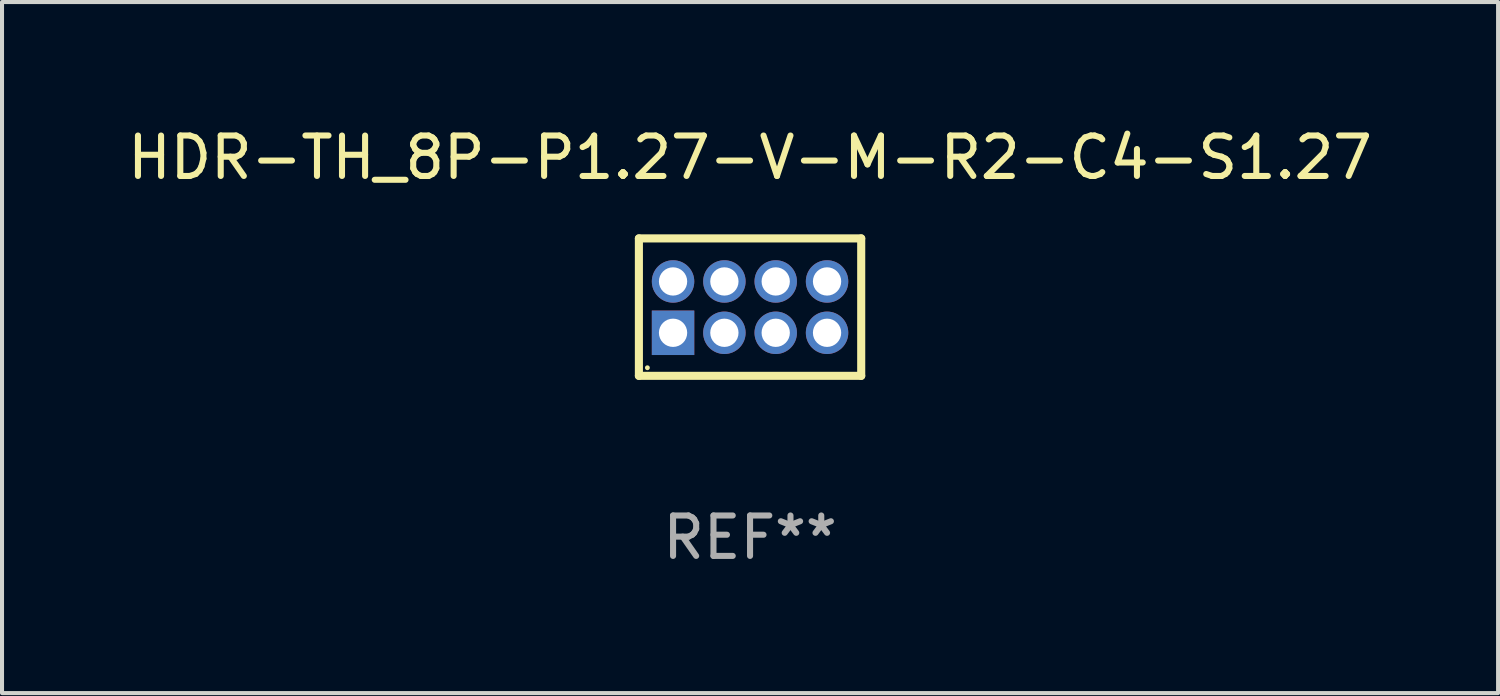
<source format=kicad_pcb>
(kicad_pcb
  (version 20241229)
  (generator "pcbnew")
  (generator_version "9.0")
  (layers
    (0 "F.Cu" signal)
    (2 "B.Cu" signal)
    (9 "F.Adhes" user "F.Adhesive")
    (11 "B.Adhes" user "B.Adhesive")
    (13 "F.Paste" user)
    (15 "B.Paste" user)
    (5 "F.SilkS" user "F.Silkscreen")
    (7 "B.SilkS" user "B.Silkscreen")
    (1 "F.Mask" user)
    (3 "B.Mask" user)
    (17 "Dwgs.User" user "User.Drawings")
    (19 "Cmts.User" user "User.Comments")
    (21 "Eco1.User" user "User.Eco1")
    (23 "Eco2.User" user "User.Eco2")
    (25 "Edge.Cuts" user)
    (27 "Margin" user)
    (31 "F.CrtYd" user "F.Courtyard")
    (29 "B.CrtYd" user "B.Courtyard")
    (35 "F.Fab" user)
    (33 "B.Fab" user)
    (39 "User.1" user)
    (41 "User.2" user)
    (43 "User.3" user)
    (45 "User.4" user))
  (footprint "HDR-TH_8P-P1.27-V-M-R2-C4-S1.27"
    (layer "F.Cu")
    (at 15.506 4.548)
    (property "Reference" "HDR-TH_8P-P1.27-V-M-R2-C4-S1.27" (at 0 -3.7 0) (layer "F.SilkS") (effects (font (size 1 1) (thickness 0.15))))
    (attr through_hole)
    (fp_line (start -2.75 -1.7) (end -2.75 1.7) (stroke (width 0.2) (type solid)) (layer "F.SilkS"))
    (fp_line (start -2.75 -1.7) (end 2.75 -1.7) (stroke (width 0.2) (type solid)) (layer "F.SilkS"))
    (fp_line (start -2.75 1.7) (end 2.75 1.7) (stroke (width 0.2) (type solid)) (layer "F.SilkS"))
    (fp_line (start 2.75 -1.7) (end 2.75 1.7) (stroke (width 0.2) (type solid)) (layer "F.SilkS"))
    (fp_circle (center -2.54 1.5) (end -2.51 1.5) (stroke (width 0.06) (type solid)) (fill no) (layer "F.SilkS"))
    (fp_text user "REF**" (at 0 5.7 0) (layer "F.Fab") (effects (font (size 1 1) (thickness 0.15))))
    (pad "1" thru_hole rect (at -1.905 0.635) (size 1.05 1.1) (drill 0.7) (layers "*.Cu" "*.Mask"))
    (pad "2" thru_hole circle (at -1.905 -0.635) (size 1.05 1.05) (drill 0.7) (layers "*.Cu" "*.Mask"))
    (pad "3" thru_hole circle (at -0.635 0.635) (size 1.05 1.05) (drill 0.7) (layers "*.Cu" "*.Mask"))
    (pad "4" thru_hole circle (at -0.635 -0.635) (size 1.05 1.05) (drill 0.7) (layers "*.Cu" "*.Mask"))
    (pad "5" thru_hole circle (at 0.635 0.635) (size 1.05 1.05) (drill 0.7) (layers "*.Cu" "*.Mask"))
    (pad "6" thru_hole circle (at 0.635 -0.635) (size 1.05 1.05) (drill 0.7) (layers "*.Cu" "*.Mask"))
    (pad "7" thru_hole circle (at 1.905 0.635) (size 1.05 1.05) (drill 0.7) (layers "*.Cu" "*.Mask"))
    (pad "8" thru_hole circle (at 1.905 -0.635) (size 1.05 1.05) (drill 0.7) (layers "*.Cu" "*.Mask")))
  (gr_rect
    (start -3 -3)
    (end 34.012 14.097)
    (stroke (width 0.1) (type default))
    (fill no)
    (layer "Edge.Cuts")))
</source>
